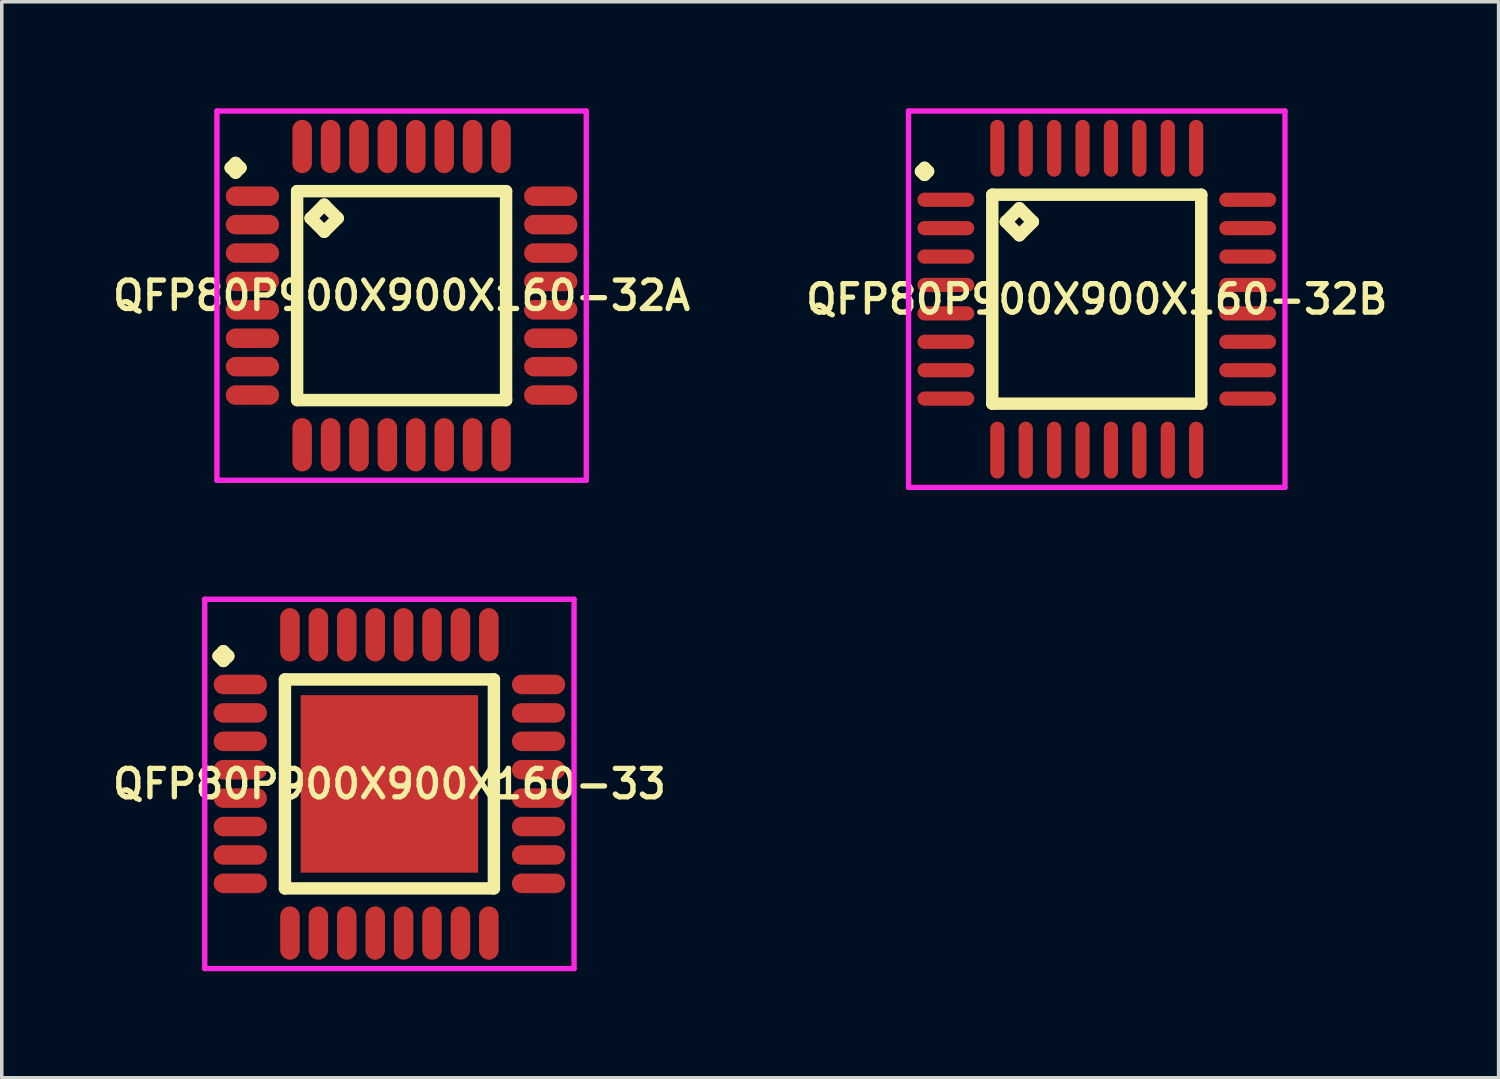
<source format=kicad_pcb>
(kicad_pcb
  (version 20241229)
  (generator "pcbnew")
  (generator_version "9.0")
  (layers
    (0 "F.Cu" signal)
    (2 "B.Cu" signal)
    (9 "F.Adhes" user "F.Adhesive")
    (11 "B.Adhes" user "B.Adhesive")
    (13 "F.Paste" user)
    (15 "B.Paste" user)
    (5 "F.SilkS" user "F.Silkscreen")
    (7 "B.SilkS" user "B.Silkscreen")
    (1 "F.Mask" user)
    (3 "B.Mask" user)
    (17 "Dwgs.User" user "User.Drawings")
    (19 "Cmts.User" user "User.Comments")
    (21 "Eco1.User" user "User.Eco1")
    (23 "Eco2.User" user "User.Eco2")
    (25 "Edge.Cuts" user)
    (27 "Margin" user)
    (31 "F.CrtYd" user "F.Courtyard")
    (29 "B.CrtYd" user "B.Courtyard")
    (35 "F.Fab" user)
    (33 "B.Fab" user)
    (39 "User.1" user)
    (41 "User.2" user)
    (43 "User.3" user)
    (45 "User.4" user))
  (footprint "QFP80P900X900X160-32B"
    (layer "F.Cu")
    (at 27.835 5.375)
    (property "Reference" "QFP80P900X900X160-32B" (at 0 0 0) (layer "F.SilkS") (effects (font (size 0.8 0.8) (thickness 0.15))))
    (attr smd)
    (fp_line (start -4.95 -3.6) (end -4.85 -3.7) (stroke (width 0.35) (type solid)) (layer "F.SilkS"))
    (fp_line (start -4.85 -3.7) (end -4.75 -3.6) (stroke (width 0.35) (type solid)) (layer "F.SilkS"))
    (fp_line (start -4.85 -3.5) (end -4.95 -3.6) (stroke (width 0.35) (type solid)) (layer "F.SilkS"))
    (fp_line (start -4.75 -3.6) (end -4.85 -3.5) (stroke (width 0.35) (type solid)) (layer "F.SilkS"))
    (fp_line (start -2.942 -2.942) (end -2.942 2.942) (stroke (width 0.35) (type solid)) (layer "F.SilkS"))
    (fp_line (start -2.942 2.942) (end 2.942 2.942) (stroke (width 0.35) (type solid)) (layer "F.SilkS"))
    (fp_line (start -2.561 -2.18) (end -2.18 -2.561) (stroke (width 0.35) (type solid)) (layer "F.SilkS"))
    (fp_line (start -2.18 -2.561) (end -1.799 -2.18) (stroke (width 0.35) (type solid)) (layer "F.SilkS"))
    (fp_line (start -2.18 -1.799) (end -2.561 -2.18) (stroke (width 0.35) (type solid)) (layer "F.SilkS"))
    (fp_line (start -1.799 -2.18) (end -2.18 -1.799) (stroke (width 0.35) (type solid)) (layer "F.SilkS"))
    (fp_line (start 2.942 -2.942) (end -2.942 -2.942) (stroke (width 0.35) (type solid)) (layer "F.SilkS"))
    (fp_line (start 2.942 2.942) (end 2.942 -2.942) (stroke (width 0.35) (type solid)) (layer "F.SilkS"))
    (fp_line (start -5.3 -5.3) (end 5.3 -5.3) (stroke (width 0.15) (type solid)) (layer "F.CrtYd"))
    (fp_line (start -5.3 5.3) (end -5.3 -5.3) (stroke (width 0.15) (type solid)) (layer "F.CrtYd"))
    (fp_line (start 5.3 -5.3) (end 5.3 5.3) (stroke (width 0.15) (type solid)) (layer "F.CrtYd"))
    (fp_line (start 5.3 5.3) (end -5.3 5.3) (stroke (width 0.15) (type solid)) (layer "F.CrtYd"))
    (pad "1" smd oval (at -4.25 -2.8) (size 1.6 0.4) (layers "F.Cu" "F.Mask" "F.Paste"))
    (pad "2" smd oval (at -4.25 -2) (size 1.6 0.4) (layers "F.Cu" "F.Mask" "F.Paste"))
    (pad "3" smd oval (at -4.25 -1.2) (size 1.6 0.4) (layers "F.Cu" "F.Mask" "F.Paste"))
    (pad "4" smd oval (at -4.25 -0.4) (size 1.6 0.4) (layers "F.Cu" "F.Mask" "F.Paste"))
    (pad "5" smd oval (at -4.25 0.4) (size 1.6 0.4) (layers "F.Cu" "F.Mask" "F.Paste"))
    (pad "6" smd oval (at -4.25 1.2) (size 1.6 0.4) (layers "F.Cu" "F.Mask" "F.Paste"))
    (pad "7" smd oval (at -4.25 2) (size 1.6 0.4) (layers "F.Cu" "F.Mask" "F.Paste"))
    (pad "8" smd oval (at -4.25 2.8) (size 1.6 0.4) (layers "F.Cu" "F.Mask" "F.Paste"))
    (pad "9" smd oval (at -2.8 4.25) (size 0.4 1.6) (layers "F.Cu" "F.Mask" "F.Paste"))
    (pad "10" smd oval (at -2 4.25) (size 0.4 1.6) (layers "F.Cu" "F.Mask" "F.Paste"))
    (pad "11" smd oval (at -1.2 4.25) (size 0.4 1.6) (layers "F.Cu" "F.Mask" "F.Paste"))
    (pad "12" smd oval (at -0.4 4.25) (size 0.4 1.6) (layers "F.Cu" "F.Mask" "F.Paste"))
    (pad "13" smd oval (at 0.4 4.25) (size 0.4 1.6) (layers "F.Cu" "F.Mask" "F.Paste"))
    (pad "14" smd oval (at 1.2 4.25) (size 0.4 1.6) (layers "F.Cu" "F.Mask" "F.Paste"))
    (pad "15" smd oval (at 2 4.25) (size 0.4 1.6) (layers "F.Cu" "F.Mask" "F.Paste"))
    (pad "16" smd oval (at 2.8 4.25) (size 0.4 1.6) (layers "F.Cu" "F.Mask" "F.Paste"))
    (pad "17" smd oval (at 4.25 2.8) (size 1.6 0.4) (layers "F.Cu" "F.Mask" "F.Paste"))
    (pad "18" smd oval (at 4.25 2) (size 1.6 0.4) (layers "F.Cu" "F.Mask" "F.Paste"))
    (pad "19" smd oval (at 4.25 1.2) (size 1.6 0.4) (layers "F.Cu" "F.Mask" "F.Paste"))
    (pad "20" smd oval (at 4.25 0.4) (size 1.6 0.4) (layers "F.Cu" "F.Mask" "F.Paste"))
    (pad "21" smd oval (at 4.25 -0.4) (size 1.6 0.4) (layers "F.Cu" "F.Mask" "F.Paste"))
    (pad "22" smd oval (at 4.25 -1.2) (size 1.6 0.4) (layers "F.Cu" "F.Mask" "F.Paste"))
    (pad "23" smd oval (at 4.25 -2) (size 1.6 0.4) (layers "F.Cu" "F.Mask" "F.Paste"))
    (pad "24" smd oval (at 4.25 -2.8) (size 1.6 0.4) (layers "F.Cu" "F.Mask" "F.Paste"))
    (pad "25" smd oval (at 2.8 -4.25) (size 0.4 1.6) (layers "F.Cu" "F.Mask" "F.Paste"))
    (pad "26" smd oval (at 2 -4.25) (size 0.4 1.6) (layers "F.Cu" "F.Mask" "F.Paste"))
    (pad "27" smd oval (at 1.2 -4.25) (size 0.4 1.6) (layers "F.Cu" "F.Mask" "F.Paste"))
    (pad "28" smd oval (at 0.4 -4.25) (size 0.4 1.6) (layers "F.Cu" "F.Mask" "F.Paste"))
    (pad "29" smd oval (at -0.4 -4.25) (size 0.4 1.6) (layers "F.Cu" "F.Mask" "F.Paste"))
    (pad "30" smd oval (at -1.2 -4.25) (size 0.4 1.6) (layers "F.Cu" "F.Mask" "F.Paste"))
    (pad "31" smd oval (at -2 -4.25) (size 0.4 1.6) (layers "F.Cu" "F.Mask" "F.Paste"))
    (pad "32" smd oval (at -2.8 -4.25) (size 0.4 1.6) (layers "F.Cu" "F.Mask" "F.Paste")))
  (footprint "QFP80P900X900X160-33"
    (layer "F.Cu")
    (at 7.916 19.025)
    (property "Reference" "QFP80P900X900X160-33" (at 0 0 0) (layer "F.SilkS") (effects (font (size 0.8 0.8) (thickness 0.15))))
    (attr smd)
    (fp_line (start -4.812 -3.6) (end -4.675 -3.737) (stroke (width 0.35) (type solid)) (layer "F.SilkS"))
    (fp_line (start -4.675 -3.737) (end -4.537 -3.6) (stroke (width 0.35) (type solid)) (layer "F.SilkS"))
    (fp_line (start -4.675 -3.462) (end -4.812 -3.6) (stroke (width 0.35) (type solid)) (layer "F.SilkS"))
    (fp_line (start -4.537 -3.6) (end -4.675 -3.462) (stroke (width 0.35) (type solid)) (layer "F.SilkS"))
    (fp_line (start -2.942 -2.942) (end -2.942 2.942) (stroke (width 0.35) (type solid)) (layer "F.SilkS"))
    (fp_line (start -2.942 2.942) (end 2.942 2.942) (stroke (width 0.35) (type solid)) (layer "F.SilkS"))
    (fp_line (start 2.942 -2.942) (end -2.942 -2.942) (stroke (width 0.35) (type solid)) (layer "F.SilkS"))
    (fp_line (start 2.942 2.942) (end 2.942 -2.942) (stroke (width 0.35) (type solid)) (layer "F.SilkS"))
    (fp_line (start -5.2 -5.2) (end 5.2 -5.2) (stroke (width 0.15) (type solid)) (layer "F.CrtYd"))
    (fp_line (start -5.2 5.2) (end -5.2 -5.2) (stroke (width 0.15) (type solid)) (layer "F.CrtYd"))
    (fp_line (start 5.2 -5.2) (end 5.2 5.2) (stroke (width 0.15) (type solid)) (layer "F.CrtYd"))
    (fp_line (start 5.2 5.2) (end -5.2 5.2) (stroke (width 0.15) (type solid)) (layer "F.CrtYd"))
    (pad "1" smd oval (at -4.2 -2.8) (size 1.5 0.55) (layers "F.Cu" "F.Mask" "F.Paste"))
    (pad "2" smd oval (at -4.2 -2) (size 1.5 0.55) (layers "F.Cu" "F.Mask" "F.Paste"))
    (pad "3" smd oval (at -4.2 -1.2) (size 1.5 0.55) (layers "F.Cu" "F.Mask" "F.Paste"))
    (pad "4" smd oval (at -4.2 -0.4) (size 1.5 0.55) (layers "F.Cu" "F.Mask" "F.Paste"))
    (pad "5" smd oval (at -4.2 0.4) (size 1.5 0.55) (layers "F.Cu" "F.Mask" "F.Paste"))
    (pad "6" smd oval (at -4.2 1.2) (size 1.5 0.55) (layers "F.Cu" "F.Mask" "F.Paste"))
    (pad "7" smd oval (at -4.2 2) (size 1.5 0.55) (layers "F.Cu" "F.Mask" "F.Paste"))
    (pad "8" smd oval (at -4.2 2.8) (size 1.5 0.55) (layers "F.Cu" "F.Mask" "F.Paste"))
    (pad "9" smd oval (at -2.8 4.2) (size 0.55 1.5) (layers "F.Cu" "F.Mask" "F.Paste"))
    (pad "10" smd oval (at -2 4.2) (size 0.55 1.5) (layers "F.Cu" "F.Mask" "F.Paste"))
    (pad "11" smd oval (at -1.2 4.2) (size 0.55 1.5) (layers "F.Cu" "F.Mask" "F.Paste"))
    (pad "12" smd oval (at -0.4 4.2) (size 0.55 1.5) (layers "F.Cu" "F.Mask" "F.Paste"))
    (pad "13" smd oval (at 0.4 4.2) (size 0.55 1.5) (layers "F.Cu" "F.Mask" "F.Paste"))
    (pad "14" smd oval (at 1.2 4.2) (size 0.55 1.5) (layers "F.Cu" "F.Mask" "F.Paste"))
    (pad "15" smd oval (at 2 4.2) (size 0.55 1.5) (layers "F.Cu" "F.Mask" "F.Paste"))
    (pad "16" smd oval (at 2.8 4.2) (size 0.55 1.5) (layers "F.Cu" "F.Mask" "F.Paste"))
    (pad "17" smd oval (at 4.2 2.8) (size 1.5 0.55) (layers "F.Cu" "F.Mask" "F.Paste"))
    (pad "18" smd oval (at 4.2 2) (size 1.5 0.55) (layers "F.Cu" "F.Mask" "F.Paste"))
    (pad "19" smd oval (at 4.2 1.2) (size 1.5 0.55) (layers "F.Cu" "F.Mask" "F.Paste"))
    (pad "20" smd oval (at 4.2 0.4) (size 1.5 0.55) (layers "F.Cu" "F.Mask" "F.Paste"))
    (pad "21" smd oval (at 4.2 -0.4) (size 1.5 0.55) (layers "F.Cu" "F.Mask" "F.Paste"))
    (pad "22" smd oval (at 4.2 -1.2) (size 1.5 0.55) (layers "F.Cu" "F.Mask" "F.Paste"))
    (pad "23" smd oval (at 4.2 -2) (size 1.5 0.55) (layers "F.Cu" "F.Mask" "F.Paste"))
    (pad "24" smd oval (at 4.2 -2.8) (size 1.5 0.55) (layers "F.Cu" "F.Mask" "F.Paste"))
    (pad "25" smd oval (at 2.8 -4.2) (size 0.55 1.5) (layers "F.Cu" "F.Mask" "F.Paste"))
    (pad "26" smd oval (at 2 -4.2) (size 0.55 1.5) (layers "F.Cu" "F.Mask" "F.Paste"))
    (pad "27" smd oval (at 1.2 -4.2) (size 0.55 1.5) (layers "F.Cu" "F.Mask" "F.Paste"))
    (pad "28" smd oval (at 0.4 -4.2) (size 0.55 1.5) (layers "F.Cu" "F.Mask" "F.Paste"))
    (pad "29" smd oval (at -0.4 -4.2) (size 0.55 1.5) (layers "F.Cu" "F.Mask" "F.Paste"))
    (pad "30" smd oval (at -1.2 -4.2) (size 0.55 1.5) (layers "F.Cu" "F.Mask" "F.Paste"))
    (pad "31" smd oval (at -2 -4.2) (size 0.55 1.5) (layers "F.Cu" "F.Mask" "F.Paste"))
    (pad "32" smd oval (at -2.8 -4.2) (size 0.55 1.5) (layers "F.Cu" "F.Mask" "F.Paste"))
    (pad "33" smd rect (at 0 0) (size 5 5) (layers "F.Cu" "F.Mask" "F.Paste")))
  (footprint "QFP80P900X900X160-32A"
    (layer "F.Cu")
    (at 8.259 5.275)
    (property "Reference" "QFP80P900X900X160-32A" (at 0 0 0) (layer "F.SilkS") (effects (font (size 0.8 0.8) (thickness 0.15))))
    (attr smd)
    (fp_line (start -4.812 -3.6) (end -4.675 -3.737) (stroke (width 0.35) (type solid)) (layer "F.SilkS"))
    (fp_line (start -4.675 -3.737) (end -4.537 -3.6) (stroke (width 0.35) (type solid)) (layer "F.SilkS"))
    (fp_line (start -4.675 -3.462) (end -4.812 -3.6) (stroke (width 0.35) (type solid)) (layer "F.SilkS"))
    (fp_line (start -4.537 -3.6) (end -4.675 -3.462) (stroke (width 0.35) (type solid)) (layer "F.SilkS"))
    (fp_line (start -2.942 -2.942) (end -2.942 2.942) (stroke (width 0.35) (type solid)) (layer "F.SilkS"))
    (fp_line (start -2.942 2.942) (end 2.942 2.942) (stroke (width 0.35) (type solid)) (layer "F.SilkS"))
    (fp_line (start -2.561 -2.18) (end -2.18 -2.561) (stroke (width 0.35) (type solid)) (layer "F.SilkS"))
    (fp_line (start -2.18 -2.561) (end -1.799 -2.18) (stroke (width 0.35) (type solid)) (layer "F.SilkS"))
    (fp_line (start -2.18 -1.799) (end -2.561 -2.18) (stroke (width 0.35) (type solid)) (layer "F.SilkS"))
    (fp_line (start -1.799 -2.18) (end -2.18 -1.799) (stroke (width 0.35) (type solid)) (layer "F.SilkS"))
    (fp_line (start 2.942 -2.942) (end -2.942 -2.942) (stroke (width 0.35) (type solid)) (layer "F.SilkS"))
    (fp_line (start 2.942 2.942) (end 2.942 -2.942) (stroke (width 0.35) (type solid)) (layer "F.SilkS"))
    (fp_line (start -5.2 -5.2) (end 5.2 -5.2) (stroke (width 0.15) (type solid)) (layer "F.CrtYd"))
    (fp_line (start -5.2 5.2) (end -5.2 -5.2) (stroke (width 0.15) (type solid)) (layer "F.CrtYd"))
    (fp_line (start 5.2 -5.2) (end 5.2 5.2) (stroke (width 0.15) (type solid)) (layer "F.CrtYd"))
    (fp_line (start 5.2 5.2) (end -5.2 5.2) (stroke (width 0.15) (type solid)) (layer "F.CrtYd"))
    (pad "1" smd oval (at -4.2 -2.8) (size 1.5 0.55) (layers "F.Cu" "F.Mask" "F.Paste"))
    (pad "2" smd oval (at -4.2 -2) (size 1.5 0.55) (layers "F.Cu" "F.Mask" "F.Paste"))
    (pad "3" smd oval (at -4.2 -1.2) (size 1.5 0.55) (layers "F.Cu" "F.Mask" "F.Paste"))
    (pad "4" smd oval (at -4.2 -0.4) (size 1.5 0.55) (layers "F.Cu" "F.Mask" "F.Paste"))
    (pad "5" smd oval (at -4.2 0.4) (size 1.5 0.55) (layers "F.Cu" "F.Mask" "F.Paste"))
    (pad "6" smd oval (at -4.2 1.2) (size 1.5 0.55) (layers "F.Cu" "F.Mask" "F.Paste"))
    (pad "7" smd oval (at -4.2 2) (size 1.5 0.55) (layers "F.Cu" "F.Mask" "F.Paste"))
    (pad "8" smd oval (at -4.2 2.8) (size 1.5 0.55) (layers "F.Cu" "F.Mask" "F.Paste"))
    (pad "9" smd oval (at -2.8 4.2) (size 0.55 1.5) (layers "F.Cu" "F.Mask" "F.Paste"))
    (pad "10" smd oval (at -2 4.2) (size 0.55 1.5) (layers "F.Cu" "F.Mask" "F.Paste"))
    (pad "11" smd oval (at -1.2 4.2) (size 0.55 1.5) (layers "F.Cu" "F.Mask" "F.Paste"))
    (pad "12" smd oval (at -0.4 4.2) (size 0.55 1.5) (layers "F.Cu" "F.Mask" "F.Paste"))
    (pad "13" smd oval (at 0.4 4.2) (size 0.55 1.5) (layers "F.Cu" "F.Mask" "F.Paste"))
    (pad "14" smd oval (at 1.2 4.2) (size 0.55 1.5) (layers "F.Cu" "F.Mask" "F.Paste"))
    (pad "15" smd oval (at 2 4.2) (size 0.55 1.5) (layers "F.Cu" "F.Mask" "F.Paste"))
    (pad "16" smd oval (at 2.8 4.2) (size 0.55 1.5) (layers "F.Cu" "F.Mask" "F.Paste"))
    (pad "17" smd oval (at 4.2 2.8) (size 1.5 0.55) (layers "F.Cu" "F.Mask" "F.Paste"))
    (pad "18" smd oval (at 4.2 2) (size 1.5 0.55) (layers "F.Cu" "F.Mask" "F.Paste"))
    (pad "19" smd oval (at 4.2 1.2) (size 1.5 0.55) (layers "F.Cu" "F.Mask" "F.Paste"))
    (pad "20" smd oval (at 4.2 0.4) (size 1.5 0.55) (layers "F.Cu" "F.Mask" "F.Paste"))
    (pad "21" smd oval (at 4.2 -0.4) (size 1.5 0.55) (layers "F.Cu" "F.Mask" "F.Paste"))
    (pad "22" smd oval (at 4.2 -1.2) (size 1.5 0.55) (layers "F.Cu" "F.Mask" "F.Paste"))
    (pad "23" smd oval (at 4.2 -2) (size 1.5 0.55) (layers "F.Cu" "F.Mask" "F.Paste"))
    (pad "24" smd oval (at 4.2 -2.8) (size 1.5 0.55) (layers "F.Cu" "F.Mask" "F.Paste"))
    (pad "25" smd oval (at 2.8 -4.2) (size 0.55 1.5) (layers "F.Cu" "F.Mask" "F.Paste"))
    (pad "26" smd oval (at 2 -4.2) (size 0.55 1.5) (layers "F.Cu" "F.Mask" "F.Paste"))
    (pad "27" smd oval (at 1.2 -4.2) (size 0.55 1.5) (layers "F.Cu" "F.Mask" "F.Paste"))
    (pad "28" smd oval (at 0.4 -4.2) (size 0.55 1.5) (layers "F.Cu" "F.Mask" "F.Paste"))
    (pad "29" smd oval (at -0.4 -4.2) (size 0.55 1.5) (layers "F.Cu" "F.Mask" "F.Paste"))
    (pad "30" smd oval (at -1.2 -4.2) (size 0.55 1.5) (layers "F.Cu" "F.Mask" "F.Paste"))
    (pad "31" smd oval (at -2 -4.2) (size 0.55 1.5) (layers "F.Cu" "F.Mask" "F.Paste"))
    (pad "32" smd oval (at -2.8 -4.2) (size 0.55 1.5) (layers "F.Cu" "F.Mask" "F.Paste")))
  (gr_rect
    (start -3 -3)
    (end 39.151 27.3)
    (stroke (width 0.1) (type default))
    (fill no)
    (layer "Edge.Cuts")))
</source>
